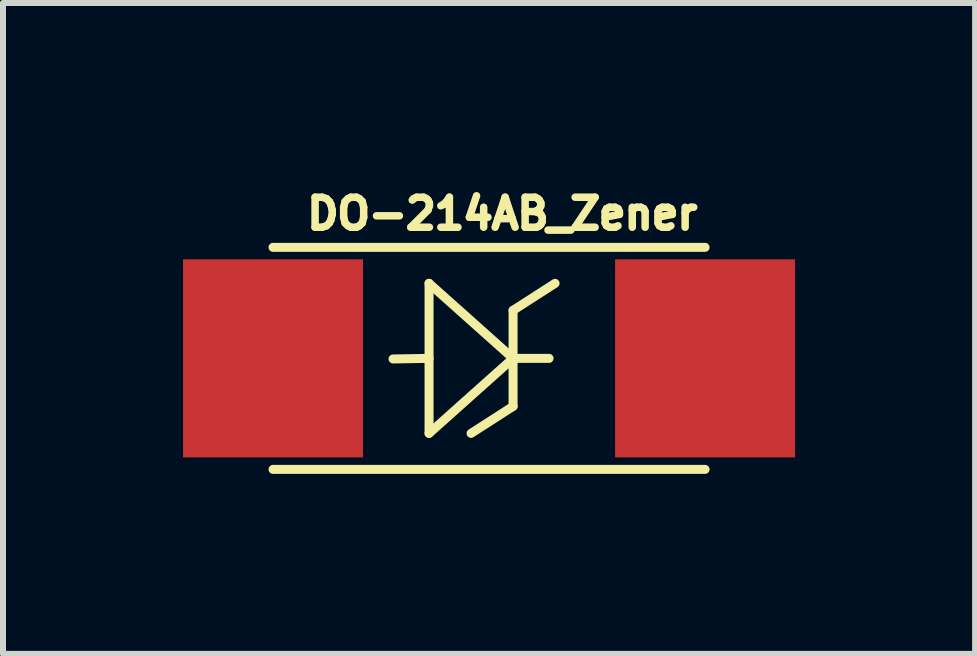
<source format=kicad_pcb>
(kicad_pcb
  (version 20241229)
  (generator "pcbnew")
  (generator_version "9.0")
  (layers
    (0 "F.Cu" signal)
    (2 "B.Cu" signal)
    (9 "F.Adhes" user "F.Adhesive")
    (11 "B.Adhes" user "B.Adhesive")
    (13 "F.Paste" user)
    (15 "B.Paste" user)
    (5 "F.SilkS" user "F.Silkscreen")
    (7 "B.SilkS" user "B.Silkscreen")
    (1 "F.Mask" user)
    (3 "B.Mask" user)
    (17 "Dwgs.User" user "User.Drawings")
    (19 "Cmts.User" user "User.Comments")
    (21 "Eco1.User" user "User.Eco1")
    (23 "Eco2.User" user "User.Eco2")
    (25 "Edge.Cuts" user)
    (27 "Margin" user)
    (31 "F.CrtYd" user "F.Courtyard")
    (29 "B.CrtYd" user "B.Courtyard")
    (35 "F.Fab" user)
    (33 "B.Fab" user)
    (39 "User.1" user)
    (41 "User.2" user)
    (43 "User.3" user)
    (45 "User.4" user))
  (footprint "DO-214AB_Zener"
    (layer "F.Cu")
    (at 1.5 2.922)
    (property "Reference" "DO-214AB_Zener" (at 3.82 -2.41 0) (layer "F.SilkS") (effects (font (size 0.5 0.5) (thickness 0.125))))
    (attr through_hole)
    (fp_line (start 0 -1.85) (end 7.2 -1.85) (stroke (width 0.15) (type solid)) (layer "F.SilkS"))
    (fp_line (start 0 1.85) (end 7.2 1.85) (stroke (width 0.15) (type solid)) (layer "F.SilkS"))
    (fp_line (start 2.6 -1.25) (end 2.6 1.25) (stroke (width 0.15) (type solid)) (layer "F.SilkS"))
    (fp_line (start 2.6 0) (end 2 0.01) (stroke (width 0.15) (type solid)) (layer "F.SilkS"))
    (fp_line (start 2.6 1.25) (end 4 0) (stroke (width 0.15) (type solid)) (layer "F.SilkS"))
    (fp_line (start 4 -0.8) (end 4.7 -1.25) (stroke (width 0.15) (type solid)) (layer "F.SilkS"))
    (fp_line (start 4 0) (end 2.6 -1.25) (stroke (width 0.15) (type solid)) (layer "F.SilkS"))
    (fp_line (start 4 0) (end 4.6 0) (stroke (width 0.15) (type solid)) (layer "F.SilkS"))
    (fp_line (start 4 0.8) (end 3.3 1.25) (stroke (width 0.15) (type solid)) (layer "F.SilkS"))
    (fp_line (start 4 0.8) (end 4 -0.8) (stroke (width 0.15) (type solid)) (layer "F.SilkS"))
    (pad "1" smd rect (at 0 0) (size 3 3.3) (layers "F.Cu" "F.Mask" "F.Paste"))
    (pad "2" smd rect (at 7.2 0) (size 3 3.3) (layers "F.Cu" "F.Mask" "F.Paste")))
  (gr_rect
    (start -3 -3)
    (end 13.2 7.847)
    (stroke (width 0.1) (type default))
    (fill no)
    (layer "Edge.Cuts")))
</source>
